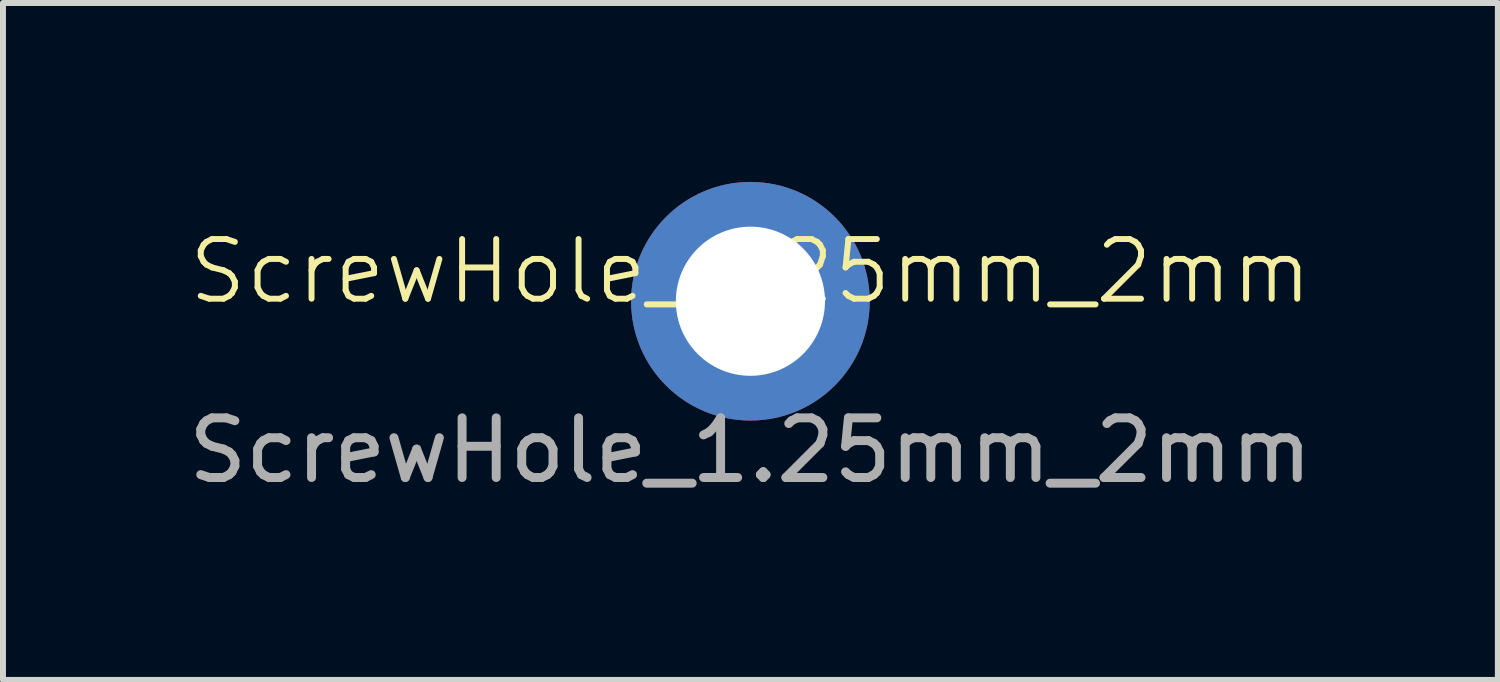
<source format=kicad_pcb>
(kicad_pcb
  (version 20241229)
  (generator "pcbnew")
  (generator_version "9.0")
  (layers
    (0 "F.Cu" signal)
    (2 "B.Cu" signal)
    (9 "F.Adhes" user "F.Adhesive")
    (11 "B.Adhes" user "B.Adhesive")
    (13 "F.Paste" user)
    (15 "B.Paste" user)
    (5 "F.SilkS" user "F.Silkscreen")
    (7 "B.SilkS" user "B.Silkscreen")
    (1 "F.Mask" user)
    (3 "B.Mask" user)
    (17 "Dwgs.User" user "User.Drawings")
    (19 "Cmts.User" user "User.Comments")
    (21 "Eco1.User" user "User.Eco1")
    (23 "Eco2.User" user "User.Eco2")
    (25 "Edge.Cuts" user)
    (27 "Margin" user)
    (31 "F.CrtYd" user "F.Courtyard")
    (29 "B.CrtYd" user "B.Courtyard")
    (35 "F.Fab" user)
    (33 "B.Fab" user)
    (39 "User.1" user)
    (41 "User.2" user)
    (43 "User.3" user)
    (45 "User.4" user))
  (footprint "ScrewHole_1.25mm_2mm"
    (layer "F.Cu")
    (at 9.53 2)
    (property "Reference" "ScrewHole_1.25mm_2mm" (at 0 -0.5 0) (unlocked yes) (layer "F.SilkS") (effects (font (size 1 1) (thickness 0.1))))
    (attr smd)
    (fp_text user "${REFERENCE}" (at 0 2.5 0) (unlocked yes) (layer "F.Fab") (effects (font (size 1 1) (thickness 0.15))))
    (pad "1" thru_hole circle (at 0 0) (size 4 4) (drill 2.5) (layers "*.Cu" "*.Paste" "*.Mask")))
  (gr_rect
    (start -3 -3)
    (end 22.06 8.348)
    (stroke (width 0.1) (type default))
    (fill no)
    (layer "Edge.Cuts")))
</source>
